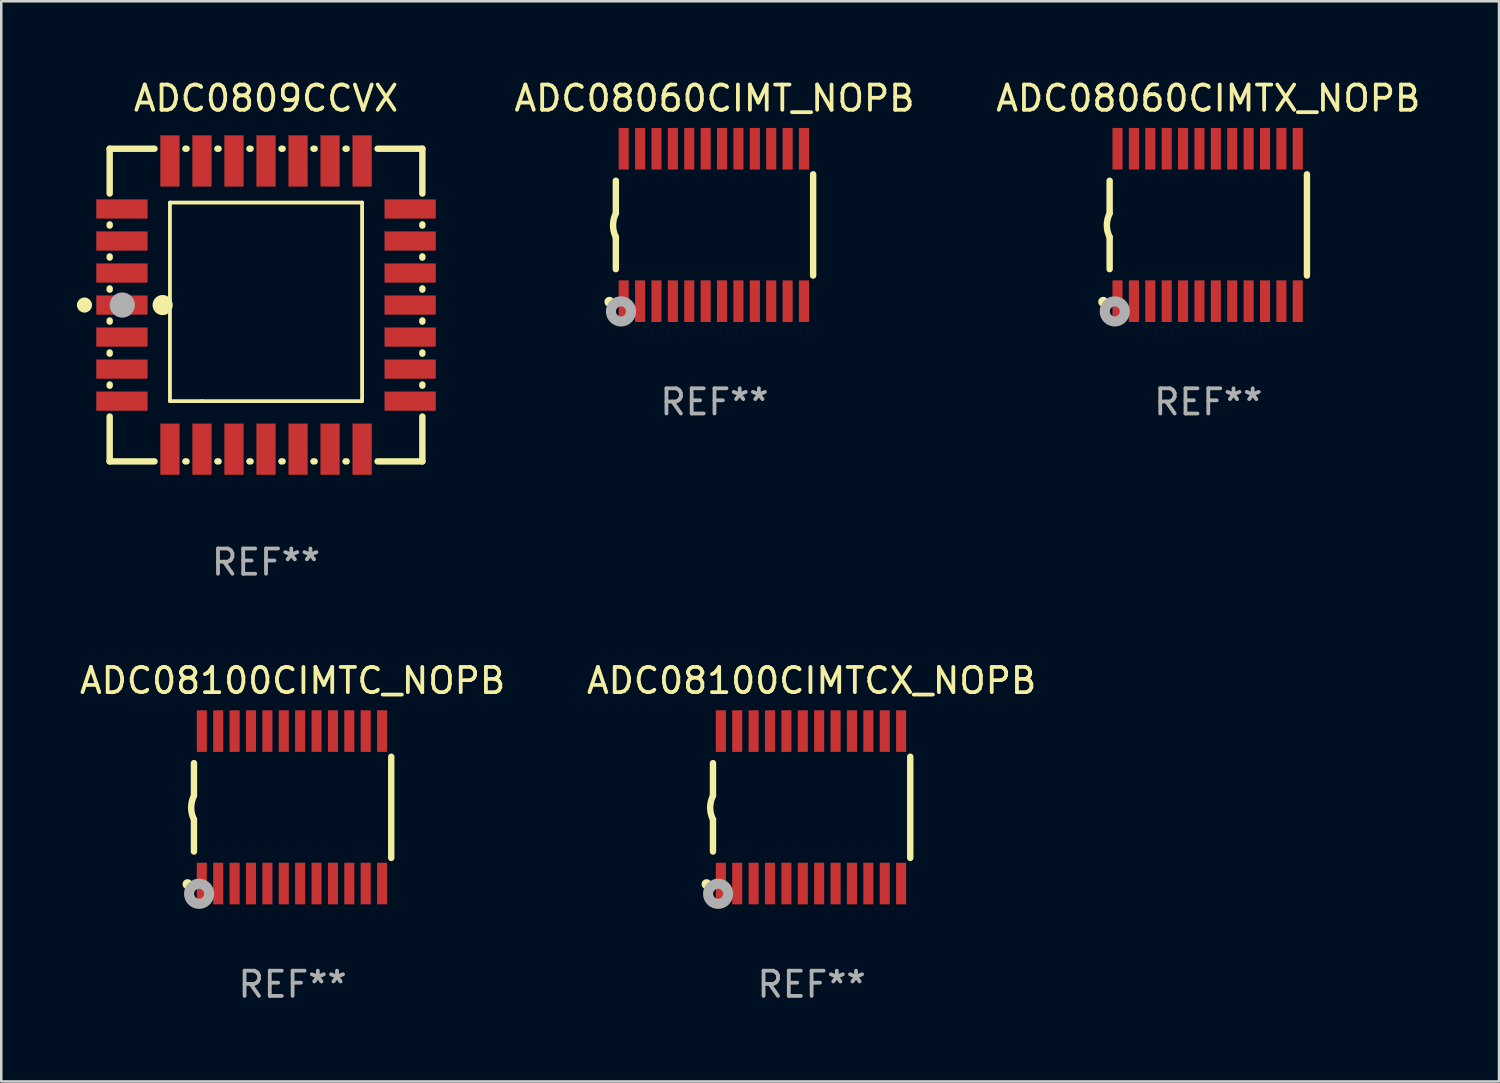
<source format=kicad_pcb>
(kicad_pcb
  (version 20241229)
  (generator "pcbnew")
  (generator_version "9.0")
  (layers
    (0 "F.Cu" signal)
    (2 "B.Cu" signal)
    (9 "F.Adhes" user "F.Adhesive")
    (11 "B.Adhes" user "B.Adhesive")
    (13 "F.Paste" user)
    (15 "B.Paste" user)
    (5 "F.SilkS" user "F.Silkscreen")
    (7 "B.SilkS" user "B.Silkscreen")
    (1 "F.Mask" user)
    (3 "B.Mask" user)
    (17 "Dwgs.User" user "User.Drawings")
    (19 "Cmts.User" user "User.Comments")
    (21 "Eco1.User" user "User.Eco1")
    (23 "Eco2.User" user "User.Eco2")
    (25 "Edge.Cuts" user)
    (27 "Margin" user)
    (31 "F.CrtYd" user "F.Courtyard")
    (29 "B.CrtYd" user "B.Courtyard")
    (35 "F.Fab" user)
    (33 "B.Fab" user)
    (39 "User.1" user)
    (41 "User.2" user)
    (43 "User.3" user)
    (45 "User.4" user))
  (footprint "ADC08100CIMTC_NOPB"
    (layer "F.Cu")
    (at 8.554 28.967)
    (property "Reference" "ADC08100CIMTC_NOPB" (at 0 -5.023 0) (layer "F.SilkS") (effects (font (size 1 1) (thickness 0.15))))
    (attr through_hole)
    (fp_line (start -3.912 -0.483) (end -3.912 -1.753) (stroke (width 0.254) (type solid)) (layer "F.SilkS"))
    (fp_line (start -3.912 1.753) (end -3.912 0.483) (stroke (width 0.254) (type solid)) (layer "F.SilkS"))
    (fp_line (start 3.912 -2.007) (end 3.912 2.007) (stroke (width 0.254) (type solid)) (layer "F.SilkS"))
    (fp_arc (start -3.911608 0.482601) (mid -4.022537 0.0127) (end -3.911608 -0.457201) (stroke (width 0.254001) (type solid)) (layer "F.SilkS"))
    (fp_circle (center -4.166 3.048) (end -4.066 3.048) (stroke (width 0.2) (type solid)) (fill no) (layer "F.SilkS"))
    (fp_circle (center -3.925 3.186) (end -3.895 3.186) (stroke (width 0.06) (type solid)) (fill no) (layer "F.SilkS"))
    (fp_circle (center -3.708 3.429) (end -3.509 3.429) (stroke (width 0.4) (type solid)) (fill no) (layer "F.Fab"))
    (fp_text user "REF**" (at 0 7.023 0) (layer "F.Fab") (effects (font (size 1 1) (thickness 0.15))))
    (pad "1" smd rect (at -3.6 3.023) (size 0.4 1.65) (layers "F.Cu" "F.Mask" "F.Paste"))
    (pad "2" smd rect (at -2.95 3.023) (size 0.4 1.65) (layers "F.Cu" "F.Mask" "F.Paste"))
    (pad "3" smd rect (at -2.3 3.023) (size 0.4 1.65) (layers "F.Cu" "F.Mask" "F.Paste"))
    (pad "4" smd rect (at -1.65 3.023) (size 0.4 1.65) (layers "F.Cu" "F.Mask" "F.Paste"))
    (pad "5" smd rect (at -1 3.023) (size 0.4 1.65) (layers "F.Cu" "F.Mask" "F.Paste"))
    (pad "6" smd rect (at -0.35 3.023) (size 0.4 1.65) (layers "F.Cu" "F.Mask" "F.Paste"))
    (pad "7" smd rect (at 0.299 3.023) (size 0.4 1.65) (layers "F.Cu" "F.Mask" "F.Paste"))
    (pad "8" smd rect (at 0.95 3.023) (size 0.4 1.65) (layers "F.Cu" "F.Mask" "F.Paste"))
    (pad "9" smd rect (at 1.6 3.023) (size 0.4 1.65) (layers "F.Cu" "F.Mask" "F.Paste"))
    (pad "10" smd rect (at 2.25 3.023) (size 0.4 1.65) (layers "F.Cu" "F.Mask" "F.Paste"))
    (pad "11" smd rect (at 2.9 3.023) (size 0.4 1.65) (layers "F.Cu" "F.Mask" "F.Paste"))
    (pad "12" smd rect (at 3.549 3.023) (size 0.4 1.65) (layers "F.Cu" "F.Mask" "F.Paste"))
    (pad "13" smd rect (at 3.549 -3.023) (size 0.4 1.65) (layers "F.Cu" "F.Mask" "F.Paste"))
    (pad "14" smd rect (at 2.9 -3.023) (size 0.4 1.65) (layers "F.Cu" "F.Mask" "F.Paste"))
    (pad "15" smd rect (at 2.25 -3.023) (size 0.4 1.65) (layers "F.Cu" "F.Mask" "F.Paste"))
    (pad "16" smd rect (at 1.6 -3.023) (size 0.4 1.65) (layers "F.Cu" "F.Mask" "F.Paste"))
    (pad "17" smd rect (at 0.95 -3.023) (size 0.4 1.65) (layers "F.Cu" "F.Mask" "F.Paste"))
    (pad "18" smd rect (at 0.299 -3.023) (size 0.4 1.65) (layers "F.Cu" "F.Mask" "F.Paste"))
    (pad "19" smd rect (at -0.35 -3.023) (size 0.4 1.65) (layers "F.Cu" "F.Mask" "F.Paste"))
    (pad "20" smd rect (at -1 -3.023) (size 0.4 1.65) (layers "F.Cu" "F.Mask" "F.Paste"))
    (pad "21" smd rect (at -1.65 -3.023) (size 0.4 1.65) (layers "F.Cu" "F.Mask" "F.Paste"))
    (pad "22" smd rect (at -2.3 -3.023) (size 0.4 1.65) (layers "F.Cu" "F.Mask" "F.Paste"))
    (pad "23" smd rect (at -2.95 -3.023) (size 0.4 1.65) (layers "F.Cu" "F.Mask" "F.Paste"))
    (pad "24" smd rect (at -3.6 -3.023) (size 0.4 1.65) (layers "F.Cu" "F.Mask" "F.Paste")))
  (footprint "ADC08100CIMTCX_NOPB"
    (layer "F.Cu")
    (at 29.137 28.967)
    (property "Reference" "ADC08100CIMTCX_NOPB" (at 0 -5.023 0) (layer "F.SilkS") (effects (font (size 1 1) (thickness 0.15))))
    (attr through_hole)
    (fp_line (start -3.912 -0.483) (end -3.912 -1.753) (stroke (width 0.254) (type solid)) (layer "F.SilkS"))
    (fp_line (start -3.912 1.753) (end -3.912 0.483) (stroke (width 0.254) (type solid)) (layer "F.SilkS"))
    (fp_line (start 3.912 -2.007) (end 3.912 2.007) (stroke (width 0.254) (type solid)) (layer "F.SilkS"))
    (fp_arc (start -3.911608 0.482601) (mid -4.022537 0.0127) (end -3.911608 -0.457201) (stroke (width 0.254001) (type solid)) (layer "F.SilkS"))
    (fp_circle (center -4.166 3.048) (end -4.066 3.048) (stroke (width 0.2) (type solid)) (fill no) (layer "F.SilkS"))
    (fp_circle (center -3.925 3.186) (end -3.895 3.186) (stroke (width 0.06) (type solid)) (fill no) (layer "F.SilkS"))
    (fp_circle (center -3.708 3.429) (end -3.509 3.429) (stroke (width 0.4) (type solid)) (fill no) (layer "F.Fab"))
    (fp_text user "REF**" (at 0 7.023 0) (layer "F.Fab") (effects (font (size 1 1) (thickness 0.15))))
    (pad "1" smd rect (at -3.6 3.023) (size 0.4 1.65) (layers "F.Cu" "F.Mask" "F.Paste"))
    (pad "2" smd rect (at -2.95 3.023) (size 0.4 1.65) (layers "F.Cu" "F.Mask" "F.Paste"))
    (pad "3" smd rect (at -2.3 3.023) (size 0.4 1.65) (layers "F.Cu" "F.Mask" "F.Paste"))
    (pad "4" smd rect (at -1.65 3.023) (size 0.4 1.65) (layers "F.Cu" "F.Mask" "F.Paste"))
    (pad "5" smd rect (at -1 3.023) (size 0.4 1.65) (layers "F.Cu" "F.Mask" "F.Paste"))
    (pad "6" smd rect (at -0.35 3.023) (size 0.4 1.65) (layers "F.Cu" "F.Mask" "F.Paste"))
    (pad "7" smd rect (at 0.299 3.023) (size 0.4 1.65) (layers "F.Cu" "F.Mask" "F.Paste"))
    (pad "8" smd rect (at 0.95 3.023) (size 0.4 1.65) (layers "F.Cu" "F.Mask" "F.Paste"))
    (pad "9" smd rect (at 1.6 3.023) (size 0.4 1.65) (layers "F.Cu" "F.Mask" "F.Paste"))
    (pad "10" smd rect (at 2.25 3.023) (size 0.4 1.65) (layers "F.Cu" "F.Mask" "F.Paste"))
    (pad "11" smd rect (at 2.9 3.023) (size 0.4 1.65) (layers "F.Cu" "F.Mask" "F.Paste"))
    (pad "12" smd rect (at 3.549 3.023) (size 0.4 1.65) (layers "F.Cu" "F.Mask" "F.Paste"))
    (pad "13" smd rect (at 3.549 -3.023) (size 0.4 1.65) (layers "F.Cu" "F.Mask" "F.Paste"))
    (pad "14" smd rect (at 2.9 -3.023) (size 0.4 1.65) (layers "F.Cu" "F.Mask" "F.Paste"))
    (pad "15" smd rect (at 2.25 -3.023) (size 0.4 1.65) (layers "F.Cu" "F.Mask" "F.Paste"))
    (pad "16" smd rect (at 1.6 -3.023) (size 0.4 1.65) (layers "F.Cu" "F.Mask" "F.Paste"))
    (pad "17" smd rect (at 0.95 -3.023) (size 0.4 1.65) (layers "F.Cu" "F.Mask" "F.Paste"))
    (pad "18" smd rect (at 0.299 -3.023) (size 0.4 1.65) (layers "F.Cu" "F.Mask" "F.Paste"))
    (pad "19" smd rect (at -0.35 -3.023) (size 0.4 1.65) (layers "F.Cu" "F.Mask" "F.Paste"))
    (pad "20" smd rect (at -1 -3.023) (size 0.4 1.65) (layers "F.Cu" "F.Mask" "F.Paste"))
    (pad "21" smd rect (at -1.65 -3.023) (size 0.4 1.65) (layers "F.Cu" "F.Mask" "F.Paste"))
    (pad "22" smd rect (at -2.3 -3.023) (size 0.4 1.65) (layers "F.Cu" "F.Mask" "F.Paste"))
    (pad "23" smd rect (at -2.95 -3.023) (size 0.4 1.65) (layers "F.Cu" "F.Mask" "F.Paste"))
    (pad "24" smd rect (at -3.6 -3.023) (size 0.4 1.65) (layers "F.Cu" "F.Mask" "F.Paste")))
  (footprint "ADC08060CIMT_NOPB"
    (layer "F.Cu")
    (at 25.285 5.871)
    (property "Reference" "ADC08060CIMT_NOPB" (at 0 -5.023 0) (layer "F.SilkS") (effects (font (size 1 1) (thickness 0.15))))
    (attr through_hole)
    (fp_line (start -3.912 -0.483) (end -3.912 -1.753) (stroke (width 0.254) (type solid)) (layer "F.SilkS"))
    (fp_line (start -3.912 1.753) (end -3.912 0.483) (stroke (width 0.254) (type solid)) (layer "F.SilkS"))
    (fp_line (start 3.912 -2.007) (end 3.912 2.007) (stroke (width 0.254) (type solid)) (layer "F.SilkS"))
    (fp_arc (start -3.911608 0.482601) (mid -4.022537 0.0127) (end -3.911608 -0.457201) (stroke (width 0.254001) (type solid)) (layer "F.SilkS"))
    (fp_circle (center -4.166 3.048) (end -4.066 3.048) (stroke (width 0.2) (type solid)) (fill no) (layer "F.SilkS"))
    (fp_circle (center -3.925 3.186) (end -3.895 3.186) (stroke (width 0.06) (type solid)) (fill no) (layer "F.SilkS"))
    (fp_circle (center -3.708 3.429) (end -3.509 3.429) (stroke (width 0.4) (type solid)) (fill no) (layer "F.Fab"))
    (fp_text user "REF**" (at 0 7.023 0) (layer "F.Fab") (effects (font (size 1 1) (thickness 0.15))))
    (pad "1" smd rect (at -3.6 3.023) (size 0.4 1.65) (layers "F.Cu" "F.Mask" "F.Paste"))
    (pad "2" smd rect (at -2.95 3.023) (size 0.4 1.65) (layers "F.Cu" "F.Mask" "F.Paste"))
    (pad "3" smd rect (at -2.3 3.023) (size 0.4 1.65) (layers "F.Cu" "F.Mask" "F.Paste"))
    (pad "4" smd rect (at -1.65 3.023) (size 0.4 1.65) (layers "F.Cu" "F.Mask" "F.Paste"))
    (pad "5" smd rect (at -1 3.023) (size 0.4 1.65) (layers "F.Cu" "F.Mask" "F.Paste"))
    (pad "6" smd rect (at -0.35 3.023) (size 0.4 1.65) (layers "F.Cu" "F.Mask" "F.Paste"))
    (pad "7" smd rect (at 0.299 3.023) (size 0.4 1.65) (layers "F.Cu" "F.Mask" "F.Paste"))
    (pad "8" smd rect (at 0.95 3.023) (size 0.4 1.65) (layers "F.Cu" "F.Mask" "F.Paste"))
    (pad "9" smd rect (at 1.6 3.023) (size 0.4 1.65) (layers "F.Cu" "F.Mask" "F.Paste"))
    (pad "10" smd rect (at 2.25 3.023) (size 0.4 1.65) (layers "F.Cu" "F.Mask" "F.Paste"))
    (pad "11" smd rect (at 2.9 3.023) (size 0.4 1.65) (layers "F.Cu" "F.Mask" "F.Paste"))
    (pad "12" smd rect (at 3.549 3.023) (size 0.4 1.65) (layers "F.Cu" "F.Mask" "F.Paste"))
    (pad "13" smd rect (at 3.549 -3.023) (size 0.4 1.65) (layers "F.Cu" "F.Mask" "F.Paste"))
    (pad "14" smd rect (at 2.9 -3.023) (size 0.4 1.65) (layers "F.Cu" "F.Mask" "F.Paste"))
    (pad "15" smd rect (at 2.25 -3.023) (size 0.4 1.65) (layers "F.Cu" "F.Mask" "F.Paste"))
    (pad "16" smd rect (at 1.6 -3.023) (size 0.4 1.65) (layers "F.Cu" "F.Mask" "F.Paste"))
    (pad "17" smd rect (at 0.95 -3.023) (size 0.4 1.65) (layers "F.Cu" "F.Mask" "F.Paste"))
    (pad "18" smd rect (at 0.299 -3.023) (size 0.4 1.65) (layers "F.Cu" "F.Mask" "F.Paste"))
    (pad "19" smd rect (at -0.35 -3.023) (size 0.4 1.65) (layers "F.Cu" "F.Mask" "F.Paste"))
    (pad "20" smd rect (at -1 -3.023) (size 0.4 1.65) (layers "F.Cu" "F.Mask" "F.Paste"))
    (pad "21" smd rect (at -1.65 -3.023) (size 0.4 1.65) (layers "F.Cu" "F.Mask" "F.Paste"))
    (pad "22" smd rect (at -2.3 -3.023) (size 0.4 1.65) (layers "F.Cu" "F.Mask" "F.Paste"))
    (pad "23" smd rect (at -2.95 -3.023) (size 0.4 1.65) (layers "F.Cu" "F.Mask" "F.Paste"))
    (pad "24" smd rect (at -3.6 -3.023) (size 0.4 1.65) (layers "F.Cu" "F.Mask" "F.Paste")))
  (footprint "ADC08060CIMTX_NOPB"
    (layer "F.Cu")
    (at 44.868 5.871)
    (property "Reference" "ADC08060CIMTX_NOPB" (at 0 -5.023 0) (layer "F.SilkS") (effects (font (size 1 1) (thickness 0.15))))
    (attr through_hole)
    (fp_line (start -3.912 -0.483) (end -3.912 -1.753) (stroke (width 0.254) (type solid)) (layer "F.SilkS"))
    (fp_line (start -3.912 1.753) (end -3.912 0.483) (stroke (width 0.254) (type solid)) (layer "F.SilkS"))
    (fp_line (start 3.912 -2.007) (end 3.912 2.007) (stroke (width 0.254) (type solid)) (layer "F.SilkS"))
    (fp_arc (start -3.911608 0.482601) (mid -4.022537 0.0127) (end -3.911608 -0.457201) (stroke (width 0.254001) (type solid)) (layer "F.SilkS"))
    (fp_circle (center -4.166 3.048) (end -4.066 3.048) (stroke (width 0.2) (type solid)) (fill no) (layer "F.SilkS"))
    (fp_circle (center -3.925 3.186) (end -3.895 3.186) (stroke (width 0.06) (type solid)) (fill no) (layer "F.SilkS"))
    (fp_circle (center -3.708 3.429) (end -3.509 3.429) (stroke (width 0.4) (type solid)) (fill no) (layer "F.Fab"))
    (fp_text user "REF**" (at 0 7.023 0) (layer "F.Fab") (effects (font (size 1 1) (thickness 0.15))))
    (pad "1" smd rect (at -3.6 3.023) (size 0.4 1.65) (layers "F.Cu" "F.Mask" "F.Paste"))
    (pad "2" smd rect (at -2.95 3.023) (size 0.4 1.65) (layers "F.Cu" "F.Mask" "F.Paste"))
    (pad "3" smd rect (at -2.3 3.023) (size 0.4 1.65) (layers "F.Cu" "F.Mask" "F.Paste"))
    (pad "4" smd rect (at -1.65 3.023) (size 0.4 1.65) (layers "F.Cu" "F.Mask" "F.Paste"))
    (pad "5" smd rect (at -1 3.023) (size 0.4 1.65) (layers "F.Cu" "F.Mask" "F.Paste"))
    (pad "6" smd rect (at -0.35 3.023) (size 0.4 1.65) (layers "F.Cu" "F.Mask" "F.Paste"))
    (pad "7" smd rect (at 0.299 3.023) (size 0.4 1.65) (layers "F.Cu" "F.Mask" "F.Paste"))
    (pad "8" smd rect (at 0.95 3.023) (size 0.4 1.65) (layers "F.Cu" "F.Mask" "F.Paste"))
    (pad "9" smd rect (at 1.6 3.023) (size 0.4 1.65) (layers "F.Cu" "F.Mask" "F.Paste"))
    (pad "10" smd rect (at 2.25 3.023) (size 0.4 1.65) (layers "F.Cu" "F.Mask" "F.Paste"))
    (pad "11" smd rect (at 2.9 3.023) (size 0.4 1.65) (layers "F.Cu" "F.Mask" "F.Paste"))
    (pad "12" smd rect (at 3.549 3.023) (size 0.4 1.65) (layers "F.Cu" "F.Mask" "F.Paste"))
    (pad "13" smd rect (at 3.549 -3.023) (size 0.4 1.65) (layers "F.Cu" "F.Mask" "F.Paste"))
    (pad "14" smd rect (at 2.9 -3.023) (size 0.4 1.65) (layers "F.Cu" "F.Mask" "F.Paste"))
    (pad "15" smd rect (at 2.25 -3.023) (size 0.4 1.65) (layers "F.Cu" "F.Mask" "F.Paste"))
    (pad "16" smd rect (at 1.6 -3.023) (size 0.4 1.65) (layers "F.Cu" "F.Mask" "F.Paste"))
    (pad "17" smd rect (at 0.95 -3.023) (size 0.4 1.65) (layers "F.Cu" "F.Mask" "F.Paste"))
    (pad "18" smd rect (at 0.299 -3.023) (size 0.4 1.65) (layers "F.Cu" "F.Mask" "F.Paste"))
    (pad "19" smd rect (at -0.35 -3.023) (size 0.4 1.65) (layers "F.Cu" "F.Mask" "F.Paste"))
    (pad "20" smd rect (at -1 -3.023) (size 0.4 1.65) (layers "F.Cu" "F.Mask" "F.Paste"))
    (pad "21" smd rect (at -1.65 -3.023) (size 0.4 1.65) (layers "F.Cu" "F.Mask" "F.Paste"))
    (pad "22" smd rect (at -2.3 -3.023) (size 0.4 1.65) (layers "F.Cu" "F.Mask" "F.Paste"))
    (pad "23" smd rect (at -2.95 -3.023) (size 0.4 1.65) (layers "F.Cu" "F.Mask" "F.Paste"))
    (pad "24" smd rect (at -3.6 -3.023) (size 0.4 1.65) (layers "F.Cu" "F.Mask" "F.Paste")))
  (footprint "ADC0809CCVX"
    (layer "F.Cu")
    (at 7.5 9.048)
    (property "Reference" "ADC0809CCVX" (at 0 -8.2 0) (layer "F.SilkS") (effects (font (size 1 1) (thickness 0.15))))
    (attr through_hole)
    (fp_line (start -6.2 -6.2) (end -4.422 -6.2) (stroke (width 0.254) (type solid)) (layer "F.SilkS"))
    (fp_line (start -6.2 -4.422) (end -6.2 -6.2) (stroke (width 0.254) (type solid)) (layer "F.SilkS"))
    (fp_line (start -6.2 -3.152) (end -6.2 -3.198) (stroke (width 0.254) (type solid)) (layer "F.SilkS"))
    (fp_line (start -6.2 -1.882) (end -6.2 -1.928) (stroke (width 0.254) (type solid)) (layer "F.SilkS"))
    (fp_line (start -6.2 -0.612) (end -6.2 -0.658) (stroke (width 0.254) (type solid)) (layer "F.SilkS"))
    (fp_line (start -6.2 0.658) (end -6.2 0.612) (stroke (width 0.254) (type solid)) (layer "F.SilkS"))
    (fp_line (start -6.2 1.928) (end -6.2 1.882) (stroke (width 0.254) (type solid)) (layer "F.SilkS"))
    (fp_line (start -6.2 3.198) (end -6.2 3.152) (stroke (width 0.254) (type solid)) (layer "F.SilkS"))
    (fp_line (start -6.2 6.2) (end -6.2 4.422) (stroke (width 0.254) (type solid)) (layer "F.SilkS"))
    (fp_line (start -4.422 6.2) (end -6.2 6.2) (stroke (width 0.254) (type solid)) (layer "F.SilkS"))
    (fp_line (start -3.81 -4.064) (end 3.81 -4.064) (stroke (width 0.15) (type solid)) (layer "F.SilkS"))
    (fp_line (start -3.81 3.81) (end -3.81 -4.064) (stroke (width 0.15) (type solid)) (layer "F.SilkS"))
    (fp_line (start -3.198 -6.2) (end -3.152 -6.2) (stroke (width 0.254) (type solid)) (layer "F.SilkS"))
    (fp_line (start -3.152 6.2) (end -3.198 6.2) (stroke (width 0.254) (type solid)) (layer "F.SilkS"))
    (fp_line (start -2.54 3.81) (end -3.81 3.81) (stroke (width 0.15) (type solid)) (layer "F.SilkS"))
    (fp_line (start -1.928 -6.2) (end -1.882 -6.2) (stroke (width 0.254) (type solid)) (layer "F.SilkS"))
    (fp_line (start -1.882 6.2) (end -1.928 6.2) (stroke (width 0.254) (type solid)) (layer "F.SilkS"))
    (fp_line (start -0.658 -6.2) (end -0.612 -6.2) (stroke (width 0.254) (type solid)) (layer "F.SilkS"))
    (fp_line (start -0.612 6.2) (end -0.658 6.2) (stroke (width 0.254) (type solid)) (layer "F.SilkS"))
    (fp_line (start 0.612 -6.2) (end 0.658 -6.2) (stroke (width 0.254) (type solid)) (layer "F.SilkS"))
    (fp_line (start 0.658 6.2) (end 0.612 6.2) (stroke (width 0.254) (type solid)) (layer "F.SilkS"))
    (fp_line (start 1.882 -6.2) (end 1.928 -6.2) (stroke (width 0.254) (type solid)) (layer "F.SilkS"))
    (fp_line (start 1.928 6.2) (end 1.882 6.2) (stroke (width 0.254) (type solid)) (layer "F.SilkS"))
    (fp_line (start 3.152 -6.2) (end 3.198 -6.2) (stroke (width 0.254) (type solid)) (layer "F.SilkS"))
    (fp_line (start 3.198 6.2) (end 3.152 6.2) (stroke (width 0.254) (type solid)) (layer "F.SilkS"))
    (fp_line (start 3.81 -4.064) (end 3.81 3.81) (stroke (width 0.15) (type solid)) (layer "F.SilkS"))
    (fp_line (start 3.81 3.81) (end -2.54 3.81) (stroke (width 0.15) (type solid)) (layer "F.SilkS"))
    (fp_line (start 4.422 -6.2) (end 6.2 -6.2) (stroke (width 0.254) (type solid)) (layer "F.SilkS"))
    (fp_line (start 6.2 -6.2) (end 6.2 -4.422) (stroke (width 0.254) (type solid)) (layer "F.SilkS"))
    (fp_line (start 6.2 -3.198) (end 6.2 -3.152) (stroke (width 0.254) (type solid)) (layer "F.SilkS"))
    (fp_line (start 6.2 -1.928) (end 6.2 -1.882) (stroke (width 0.254) (type solid)) (layer "F.SilkS"))
    (fp_line (start 6.2 -0.658) (end 6.2 -0.612) (stroke (width 0.254) (type solid)) (layer "F.SilkS"))
    (fp_line (start 6.2 0.612) (end 6.2 0.658) (stroke (width 0.254) (type solid)) (layer "F.SilkS"))
    (fp_line (start 6.2 1.882) (end 6.2 1.928) (stroke (width 0.254) (type solid)) (layer "F.SilkS"))
    (fp_line (start 6.2 3.152) (end 6.2 3.198) (stroke (width 0.254) (type solid)) (layer "F.SilkS"))
    (fp_line (start 6.2 4.422) (end 6.2 6.2) (stroke (width 0.254) (type solid)) (layer "F.SilkS"))
    (fp_line (start 6.2 6.2) (end 4.422 6.2) (stroke (width 0.254) (type solid)) (layer "F.SilkS"))
    (fp_circle (center -7.2 0) (end -7.05 0) (stroke (width 0.3) (type solid)) (fill no) (layer "F.SilkS"))
    (fp_circle (center -6.223 6.223) (end -6.193 6.223) (stroke (width 0.06) (type solid)) (fill no) (layer "F.SilkS"))
    (fp_circle (center -4.1 0) (end -3.9 0) (stroke (width 0.4) (type solid)) (fill no) (layer "F.SilkS"))
    (fp_circle (center -5.7 0) (end -5.45 0) (stroke (width 0.5) (type solid)) (fill no) (layer "F.Fab"))
    (fp_text user "REF**" (at 0 10.2 0) (layer "F.Fab") (effects (font (size 1 1) (thickness 0.15))))
    (pad "1" smd rect (at -5.715 0) (size 2.032 0.762) (layers "F.Cu" "F.Mask" "F.Paste"))
    (pad "2" smd rect (at -5.715 1.27) (size 2.032 0.762) (layers "F.Cu" "F.Mask" "F.Paste"))
    (pad "3" smd rect (at -5.715 2.54) (size 2.032 0.762) (layers "F.Cu" "F.Mask" "F.Paste"))
    (pad "4" smd rect (at -5.715 3.81) (size 2.032 0.762) (layers "F.Cu" "F.Mask" "F.Paste"))
    (pad "5" smd rect (at -3.81 5.715) (size 0.762 2.032) (layers "F.Cu" "F.Mask" "F.Paste"))
    (pad "6" smd rect (at -2.54 5.715) (size 0.762 2.032) (layers "F.Cu" "F.Mask" "F.Paste"))
    (pad "7" smd rect (at -1.27 5.715) (size 0.762 2.032) (layers "F.Cu" "F.Mask" "F.Paste"))
    (pad "8" smd rect (at 0 5.715) (size 0.762 2.032) (layers "F.Cu" "F.Mask" "F.Paste"))
    (pad "9" smd rect (at 1.27 5.715) (size 0.762 2.032) (layers "F.Cu" "F.Mask" "F.Paste"))
    (pad "10" smd rect (at 2.54 5.715) (size 0.762 2.032) (layers "F.Cu" "F.Mask" "F.Paste"))
    (pad "11" smd rect (at 3.81 5.715) (size 0.762 2.032) (layers "F.Cu" "F.Mask" "F.Paste"))
    (pad "12" smd rect (at 5.715 3.81) (size 2.032 0.762) (layers "F.Cu" "F.Mask" "F.Paste"))
    (pad "13" smd rect (at 5.715 2.54) (size 2.032 0.762) (layers "F.Cu" "F.Mask" "F.Paste"))
    (pad "14" smd rect (at 5.715 1.27) (size 2.032 0.762) (layers "F.Cu" "F.Mask" "F.Paste"))
    (pad "15" smd rect (at 5.715 0) (size 2.032 0.762) (layers "F.Cu" "F.Mask" "F.Paste"))
    (pad "16" smd rect (at 5.715 -1.27) (size 2.032 0.762) (layers "F.Cu" "F.Mask" "F.Paste"))
    (pad "17" smd rect (at 5.715 -2.54) (size 2.032 0.762) (layers "F.Cu" "F.Mask" "F.Paste"))
    (pad "18" smd rect (at 5.715 -3.81) (size 2.032 0.762) (layers "F.Cu" "F.Mask" "F.Paste"))
    (pad "19" smd rect (at 3.81 -5.715) (size 0.762 2.032) (layers "F.Cu" "F.Mask" "F.Paste"))
    (pad "20" smd rect (at 2.54 -5.715) (size 0.762 2.032) (layers "F.Cu" "F.Mask" "F.Paste"))
    (pad "21" smd rect (at 1.27 -5.715) (size 0.762 2.032) (layers "F.Cu" "F.Mask" "F.Paste"))
    (pad "22" smd rect (at 0 -5.715) (size 0.762 2.032) (layers "F.Cu" "F.Mask" "F.Paste"))
    (pad "23" smd rect (at -1.27 -5.715) (size 0.762 2.032) (layers "F.Cu" "F.Mask" "F.Paste"))
    (pad "24" smd rect (at -2.54 -5.715) (size 0.762 2.032) (layers "F.Cu" "F.Mask" "F.Paste"))
    (pad "25" smd rect (at -3.81 -5.715) (size 0.762 2.032) (layers "F.Cu" "F.Mask" "F.Paste"))
    (pad "26" smd rect (at -5.715 -3.81) (size 2.032 0.762) (layers "F.Cu" "F.Mask" "F.Paste"))
    (pad "27" smd rect (at -5.715 -2.54) (size 2.032 0.762) (layers "F.Cu" "F.Mask" "F.Paste"))
    (pad "28" smd rect (at -5.715 -1.27) (size 2.032 0.762) (layers "F.Cu" "F.Mask" "F.Paste")))
  (gr_rect
    (start -3 -3)
    (end 56.398 39.838)
    (stroke (width 0.1) (type default))
    (fill no)
    (layer "Edge.Cuts")))
</source>
